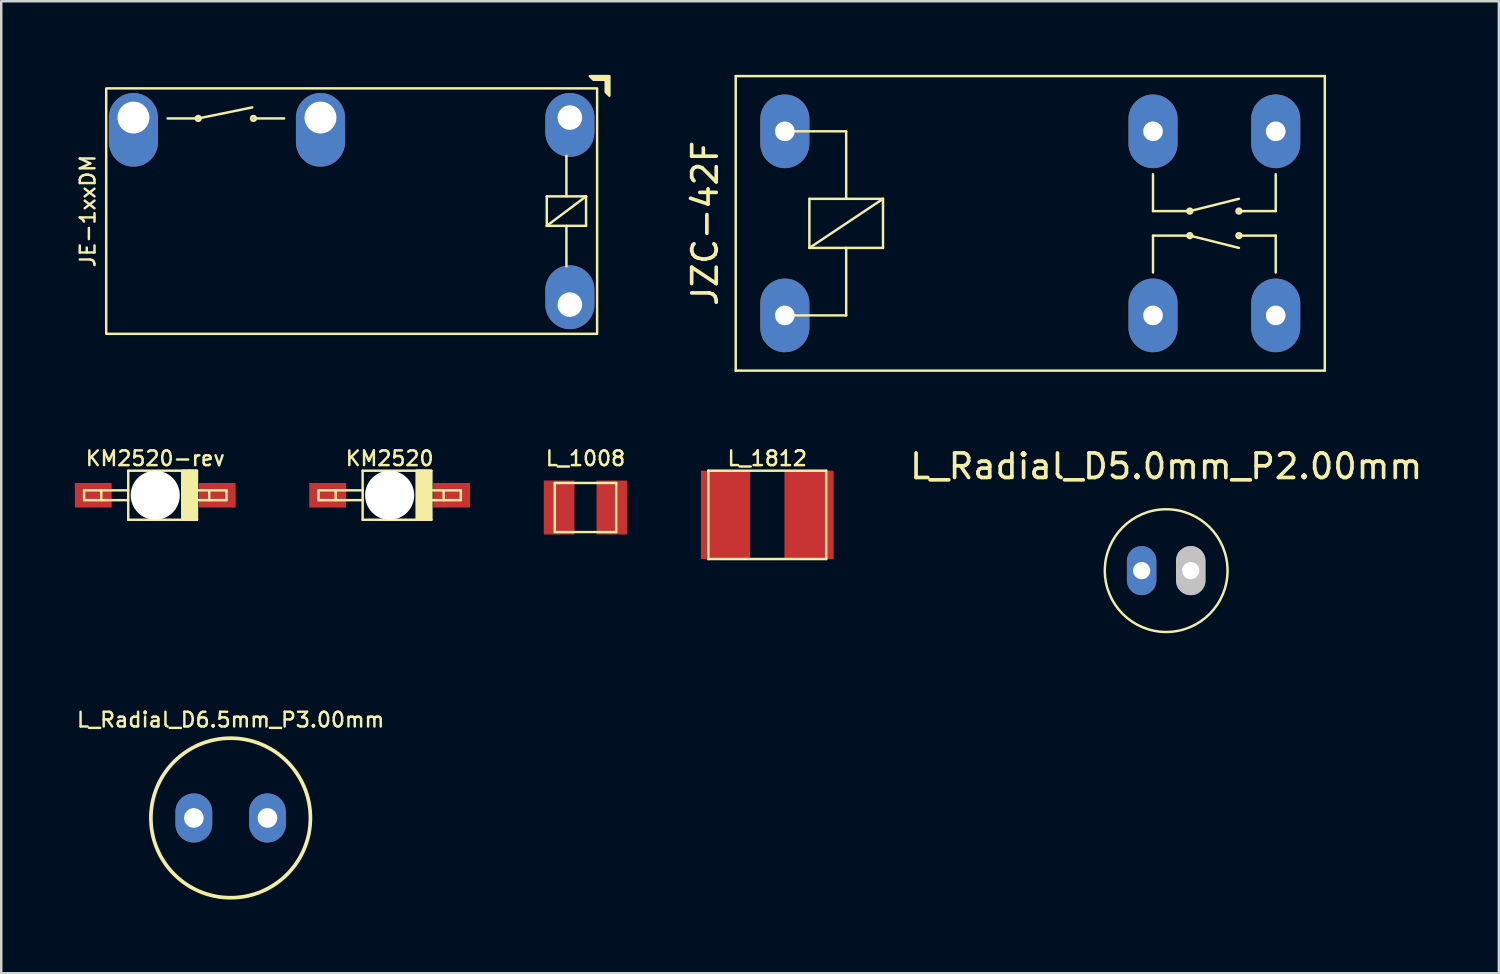
<source format=kicad_pcb>
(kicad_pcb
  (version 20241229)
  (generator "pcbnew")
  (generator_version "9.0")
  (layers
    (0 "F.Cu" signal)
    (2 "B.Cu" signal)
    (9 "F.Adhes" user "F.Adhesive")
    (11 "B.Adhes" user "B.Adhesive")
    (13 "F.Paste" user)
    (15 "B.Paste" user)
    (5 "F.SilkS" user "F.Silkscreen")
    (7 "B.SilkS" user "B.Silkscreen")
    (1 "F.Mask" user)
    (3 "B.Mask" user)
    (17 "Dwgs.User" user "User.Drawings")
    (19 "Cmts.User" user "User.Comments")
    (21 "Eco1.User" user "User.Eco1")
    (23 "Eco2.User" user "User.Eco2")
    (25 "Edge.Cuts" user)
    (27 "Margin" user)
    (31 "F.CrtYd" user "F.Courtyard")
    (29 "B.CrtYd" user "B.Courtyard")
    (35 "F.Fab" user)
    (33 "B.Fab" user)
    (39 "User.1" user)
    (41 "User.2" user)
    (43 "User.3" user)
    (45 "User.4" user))
  (footprint "JZC-42F"
    (layer "F.Cu")
    (at 38.925 6.05)
    (property "Reference" "JZC-42F" (at -13.25 0 90) (layer "F.SilkS") (effects (font (size 1 1) (thickness 0.15))))
    (attr through_hole)
    (fp_line (start -12 -6) (end 12 -6) (stroke (width 0.1) (type solid)) (layer "F.SilkS"))
    (fp_line (start -12 6) (end -12 -6) (stroke (width 0.1) (type solid)) (layer "F.SilkS"))
    (fp_line (start -9 -1) (end -9 1) (stroke (width 0.1) (type solid)) (layer "F.SilkS"))
    (fp_line (start -9 1) (end -6 -1) (stroke (width 0.1) (type solid)) (layer "F.SilkS"))
    (fp_line (start -9 1) (end -6 1) (stroke (width 0.1) (type solid)) (layer "F.SilkS"))
    (fp_line (start -7.5 -3.75) (end -10 -3.75) (stroke (width 0.1) (type solid)) (layer "F.SilkS"))
    (fp_line (start -7.5 -1) (end -7.5 -3.75) (stroke (width 0.1) (type solid)) (layer "F.SilkS"))
    (fp_line (start -7.5 1) (end -7.5 3.75) (stroke (width 0.1) (type solid)) (layer "F.SilkS"))
    (fp_line (start -7.5 3.75) (end -10 3.75) (stroke (width 0.1) (type solid)) (layer "F.SilkS"))
    (fp_line (start -6 -1) (end -9 -1) (stroke (width 0.1) (type solid)) (layer "F.SilkS"))
    (fp_line (start -6 1) (end -6 -1) (stroke (width 0.1) (type solid)) (layer "F.SilkS"))
    (fp_line (start 5 -2) (end 5 -0.5) (stroke (width 0.1) (type solid)) (layer "F.SilkS"))
    (fp_line (start 5 -0.5) (end 6.5 -0.5) (stroke (width 0.1) (type solid)) (layer "F.SilkS"))
    (fp_line (start 5 0.5) (end 6.5 0.5) (stroke (width 0.1) (type solid)) (layer "F.SilkS"))
    (fp_line (start 5 2) (end 5 0.5) (stroke (width 0.1) (type solid)) (layer "F.SilkS"))
    (fp_line (start 6.5 -0.5) (end 8.5 -1) (stroke (width 0.1) (type solid)) (layer "F.SilkS"))
    (fp_line (start 6.5 0.5) (end 8.5 1) (stroke (width 0.1) (type solid)) (layer "F.SilkS"))
    (fp_line (start 8.5 0.5) (end 10 0.5) (stroke (width 0.1) (type solid)) (layer "F.SilkS"))
    (fp_line (start 10 -2) (end 10 -0.5) (stroke (width 0.1) (type solid)) (layer "F.SilkS"))
    (fp_line (start 10 -0.5) (end 8.5 -0.5) (stroke (width 0.1) (type solid)) (layer "F.SilkS"))
    (fp_line (start 10 0.5) (end 10 2) (stroke (width 0.1) (type solid)) (layer "F.SilkS"))
    (fp_line (start 12 -6) (end 12 6) (stroke (width 0.1) (type solid)) (layer "F.SilkS"))
    (fp_line (start 12 6) (end -12 6) (stroke (width 0.1) (type solid)) (layer "F.SilkS"))
    (fp_circle (center 6.5 -0.5) (end 6.6 -0.5) (stroke (width 0.1) (type solid)) (fill no) (layer "F.SilkS"))
    (fp_circle (center 6.5 0.5) (end 6.6 0.5) (stroke (width 0.1) (type solid)) (fill no) (layer "F.SilkS"))
    (fp_circle (center 8.5 -0.5) (end 8.6 -0.5) (stroke (width 0.1) (type solid)) (fill no) (layer "F.SilkS"))
    (fp_circle (center 8.5 0.5) (end 8.6 0.5) (stroke (width 0.1) (type solid)) (fill no) (layer "F.SilkS"))
    (pad "1" thru_hole oval (at -10 -3.75) (size 2 3) (drill 0.8) (layers "*.Cu" "*.Mask"))
    (pad "2" thru_hole oval (at -10 3.75) (size 2 3) (drill 0.8) (layers "*.Cu" "*.Mask"))
    (pad "3" thru_hole oval (at 5 -3.75) (size 2 3) (drill 0.8) (layers "*.Cu" "*.Mask"))
    (pad "4" thru_hole oval (at 5 3.75) (size 2 3) (drill 0.8) (layers "*.Cu" "*.Mask"))
    (pad "5" thru_hole oval (at 10 -3.75) (size 2 3) (drill 0.8) (layers "*.Cu" "*.Mask"))
    (pad "6" thru_hole oval (at 10 3.75) (size 2 3) (drill 0.8) (layers "*.Cu" "*.Mask")))
  (footprint "L_Radial_D6.5mm_P3.00mm"
    (layer "F.Cu")
    (at 6.347 30.275)
    (property "Reference" "L_Radial_D6.5mm_P3.00mm" (at 0 -4 0) (layer "F.SilkS") (effects (font (size 0.6 0.6) (thickness 0.1))))
    (attr through_hole)
    (fp_circle (center 0 0) (end 3.25 0) (stroke (width 0.15) (type solid)) (fill no) (layer "F.SilkS"))
    (pad "1" thru_hole oval (at -1.5 0) (size 1.5 2) (drill 0.8) (layers "*.Cu" "*.Mask"))
    (pad "2" thru_hole oval (at 1.5 0) (size 1.5 2) (drill 0.8) (layers "*.Cu" "*.Mask")))
  (footprint "JE-1xxDM"
    (layer "F.Cu")
    (at 11.277 5.55)
    (property "Reference" "JE-1xxDM" (at -10.75 0 90) (layer "F.SilkS") (effects (font (size 0.6 0.6) (thickness 0.1))))
    (attr through_hole)
    (fp_line (start -7.5 -3.775) (end -6.25 -3.775) (stroke (width 0.1) (type solid)) (layer "F.SilkS"))
    (fp_line (start -6.25 -3.775) (end -4.05 -4.225) (stroke (width 0.1) (type solid)) (layer "F.SilkS"))
    (fp_line (start -4 -3.775) (end -2.75 -3.775) (stroke (width 0.1) (type solid)) (layer "F.SilkS"))
    (fp_line (start 7.95 -0.6) (end 7.95 0.6) (stroke (width 0.1) (type solid)) (layer "F.SilkS"))
    (fp_line (start 7.95 0.6) (end 9.55 0.6) (stroke (width 0.1) (type solid)) (layer "F.SilkS"))
    (fp_line (start 8.75 -0.6) (end 8.75 -2.25) (stroke (width 0.1) (type solid)) (layer "F.SilkS"))
    (fp_line (start 8.75 2.25) (end 8.75 0.6) (stroke (width 0.1) (type solid)) (layer "F.SilkS"))
    (fp_line (start 9.55 -0.6) (end 7.95 -0.6) (stroke (width 0.1) (type solid)) (layer "F.SilkS"))
    (fp_line (start 9.55 -0.6) (end 7.95 0.6) (stroke (width 0.1) (type solid)) (layer "F.SilkS"))
    (fp_line (start 9.55 0.6) (end 9.55 -0.6) (stroke (width 0.1) (type solid)) (layer "F.SilkS"))
    (fp_rect (start -10 -5) (end 10 5) (stroke (width 0.1) (type solid)) (fill no) (layer "F.SilkS"))
    (fp_circle (center -6.25 -3.775) (end -6.15 -3.775) (stroke (width 0.1) (type solid)) (fill no) (layer "F.SilkS"))
    (fp_circle (center -4 -3.775) (end -3.9 -3.775) (stroke (width 0.1) (type solid)) (fill no) (layer "F.SilkS"))
    (fp_poly (pts (xy 10.5 -5.5) (xy 10.5 -4.7) (xy 10.35 -4.85) (xy 10.35 -5.35) (xy 9.85 -5.35) (xy 9.7 -5.5)) (stroke (width 0.1) (type solid)) (fill yes) (layer "F.SilkS"))
    (pad "1" thru_hole oval (at 8.89 -3.81) (size 2 2.6) (drill 1 (offset 0 0.3)) (layers "*.Cu" "*.Mask"))
    (pad "2" thru_hole oval (at 8.89 3.81 180) (size 2 2.6) (drill 1 (offset 0 0.3)) (layers "*.Cu" "*.Mask"))
    (pad "3" thru_hole oval (at -1.27 -3.81 270) (size 3 2) (drill 1.3 (offset 0.5 0)) (layers "*.Cu" "*.Mask"))
    (pad "4" thru_hole oval (at -8.89 -3.81 270) (size 3 2) (drill 1.3 (offset 0.5 0)) (layers "*.Cu" "*.Mask")))
  (footprint "L_1812"
    (layer "F.Cu")
    (at 28.209 17.927)
    (property "Reference" "L_1812" (at 0 -2.3 0) (layer "F.SilkS") (effects (font (size 0.6 0.6) (thickness 0.1))))
    (attr smd)
    (fp_line (start -2.4 -1.8) (end 2.4 -1.8) (stroke (width 0.1) (type solid)) (layer "F.SilkS"))
    (fp_line (start -2.4 1.8) (end -2.4 -1.8) (stroke (width 0.1) (type solid)) (layer "F.SilkS"))
    (fp_line (start 2.4 -1.8) (end 2.4 1.8) (stroke (width 0.1) (type solid)) (layer "F.SilkS"))
    (fp_line (start 2.4 1.8) (end -2.4 1.8) (stroke (width 0.1) (type solid)) (layer "F.SilkS"))
    (pad "1" smd rect (at -1.7 0) (size 2 3.6) (layers "F.Cu" "F.Mask" "F.Paste"))
    (pad "2" smd rect (at 1.7 0) (size 2 3.6) (layers "F.Cu" "F.Mask" "F.Paste")))
  (footprint "KM2520"
    (layer "F.Cu")
    (at 12.825 17.127)
    (property "Reference" "KM2520" (at 0 -1.5 180) (layer "F.SilkS") (effects (font (size 0.6 0.6) (thickness 0.1))))
    (attr through_hole)
    (fp_line (start -2.9 -0.2) (end -1.1 -0.2) (stroke (width 0.1) (type solid)) (layer "F.SilkS"))
    (fp_line (start -2.9 0.2) (end -2.9 -0.2) (stroke (width 0.1) (type solid)) (layer "F.SilkS"))
    (fp_line (start -2.2 0.2) (end -2.2 -0.2) (stroke (width 0.1) (type solid)) (layer "F.SilkS"))
    (fp_line (start -1.1 0.2) (end -2.9 0.2) (stroke (width 0.1) (type solid)) (layer "F.SilkS"))
    (fp_line (start -1.1 1) (end -1.1 -1) (stroke (width 0.1) (type solid)) (layer "F.SilkS"))
    (fp_line (start -1.1 1) (end 1.4 1) (stroke (width 0.1) (type solid)) (layer "F.SilkS"))
    (fp_line (start 1.1 1) (end 1.1 -1) (stroke (width 0.1) (type solid)) (layer "F.SilkS"))
    (fp_line (start 1.15 1) (end 1.15 -1) (stroke (width 0.1) (type solid)) (layer "F.SilkS"))
    (fp_line (start 1.2 -1) (end 1.2 1) (stroke (width 0.1) (type solid)) (layer "F.SilkS"))
    (fp_line (start 1.25 -1) (end 1.25 1) (stroke (width 0.1) (type solid)) (layer "F.SilkS"))
    (fp_line (start 1.3 1) (end 1.3 -1) (stroke (width 0.1) (type solid)) (layer "F.SilkS"))
    (fp_line (start 1.35 1) (end 1.35 -1) (stroke (width 0.1) (type solid)) (layer "F.SilkS"))
    (fp_line (start 1.4 -1) (end -1.1 -1) (stroke (width 0.1) (type solid)) (layer "F.SilkS"))
    (fp_line (start 1.4 -1) (end 1.7 -1) (stroke (width 0.1) (type solid)) (layer "F.SilkS"))
    (fp_line (start 1.4 0.2) (end 2.9 0.2) (stroke (width 0.1) (type solid)) (layer "F.SilkS"))
    (fp_line (start 1.4 1) (end 1.4 -1) (stroke (width 0.1) (type solid)) (layer "F.SilkS"))
    (fp_line (start 1.45 1) (end 1.45 -1) (stroke (width 0.1) (type solid)) (layer "F.SilkS"))
    (fp_line (start 1.5 -1) (end 1.5 1) (stroke (width 0.1) (type solid)) (layer "F.SilkS"))
    (fp_line (start 1.55 -1) (end 1.55 1) (stroke (width 0.1) (type solid)) (layer "F.SilkS"))
    (fp_line (start 1.6 1) (end 1.6 -1) (stroke (width 0.1) (type solid)) (layer "F.SilkS"))
    (fp_line (start 1.65 1) (end 1.65 -1) (stroke (width 0.1) (type solid)) (layer "F.SilkS"))
    (fp_line (start 1.7 -1) (end 1.7 1) (stroke (width 0.1) (type solid)) (layer "F.SilkS"))
    (fp_line (start 1.7 1) (end 1.4 1) (stroke (width 0.1) (type solid)) (layer "F.SilkS"))
    (fp_line (start 2.2 0.2) (end 2.2 -0.2) (stroke (width 0.1) (type solid)) (layer "F.SilkS"))
    (fp_line (start 2.9 -0.2) (end 1.4 -0.2) (stroke (width 0.1) (type solid)) (layer "F.SilkS"))
    (fp_line (start 2.9 0.2) (end 2.9 -0.2) (stroke (width 0.1) (type solid)) (layer "F.SilkS"))
    (pad "" np_thru_hole circle (at 0 0 180) (size 2 2) (drill 2) (layers "*.Cu" "*.Mask"))
    (pad "1" smd rect (at -2.525 0 180) (size 1.5 1) (layers "F.Cu" "F.Mask" "F.Paste"))
    (pad "2" smd rect (at 2.525 0 180) (size 1.5 1) (layers "F.Cu" "F.Mask" "F.Paste")))
  (footprint "KM2520-rev"
    (layer "F.Cu")
    (at 3.275 17.127)
    (property "Reference" "KM2520-rev" (at 0 -1.5 180) (layer "F.SilkS") (effects (font (size 0.6 0.6) (thickness 0.1))))
    (attr through_hole)
    (fp_line (start -2.9 -0.2) (end -1.1 -0.2) (stroke (width 0.1) (type solid)) (layer "F.SilkS"))
    (fp_line (start -2.9 0.2) (end -2.9 -0.2) (stroke (width 0.1) (type solid)) (layer "F.SilkS"))
    (fp_line (start -2.2 0.2) (end -2.2 -0.2) (stroke (width 0.1) (type solid)) (layer "F.SilkS"))
    (fp_line (start -1.1 0.2) (end -2.9 0.2) (stroke (width 0.1) (type solid)) (layer "F.SilkS"))
    (fp_line (start -1.1 1) (end -1.1 -1) (stroke (width 0.1) (type solid)) (layer "F.SilkS"))
    (fp_line (start -1.1 1) (end 1.4 1) (stroke (width 0.1) (type solid)) (layer "F.SilkS"))
    (fp_line (start 1.1 1) (end 1.1 -1) (stroke (width 0.1) (type solid)) (layer "F.SilkS"))
    (fp_line (start 1.15 1) (end 1.15 -1) (stroke (width 0.1) (type solid)) (layer "F.SilkS"))
    (fp_line (start 1.2 -1) (end 1.2 1) (stroke (width 0.1) (type solid)) (layer "F.SilkS"))
    (fp_line (start 1.25 -1) (end 1.25 1) (stroke (width 0.1) (type solid)) (layer "F.SilkS"))
    (fp_line (start 1.3 1) (end 1.3 -1) (stroke (width 0.1) (type solid)) (layer "F.SilkS"))
    (fp_line (start 1.35 1) (end 1.35 -1) (stroke (width 0.1) (type solid)) (layer "F.SilkS"))
    (fp_line (start 1.4 -1) (end -1.1 -1) (stroke (width 0.1) (type solid)) (layer "F.SilkS"))
    (fp_line (start 1.4 -1) (end 1.7 -1) (stroke (width 0.1) (type solid)) (layer "F.SilkS"))
    (fp_line (start 1.4 0.2) (end 2.9 0.2) (stroke (width 0.1) (type solid)) (layer "F.SilkS"))
    (fp_line (start 1.4 1) (end 1.4 -1) (stroke (width 0.1) (type solid)) (layer "F.SilkS"))
    (fp_line (start 1.4 1) (end 1.7 1) (stroke (width 0.1) (type solid)) (layer "F.SilkS"))
    (fp_line (start 1.45 1) (end 1.45 -1) (stroke (width 0.1) (type solid)) (layer "F.SilkS"))
    (fp_line (start 1.5 -1) (end 1.5 1) (stroke (width 0.1) (type solid)) (layer "F.SilkS"))
    (fp_line (start 1.55 -1) (end 1.55 1) (stroke (width 0.1) (type solid)) (layer "F.SilkS"))
    (fp_line (start 1.6 1) (end 1.6 -1) (stroke (width 0.1) (type solid)) (layer "F.SilkS"))
    (fp_line (start 1.65 1) (end 1.65 -1) (stroke (width 0.1) (type solid)) (layer "F.SilkS"))
    (fp_line (start 1.7 -1) (end 1.7 1) (stroke (width 0.1) (type solid)) (layer "F.SilkS"))
    (fp_line (start 2.2 0.2) (end 2.2 -0.2) (stroke (width 0.1) (type solid)) (layer "F.SilkS"))
    (fp_line (start 2.9 -0.2) (end 1.4 -0.2) (stroke (width 0.1) (type solid)) (layer "F.SilkS"))
    (fp_line (start 2.9 0.2) (end 2.9 -0.2) (stroke (width 0.1) (type solid)) (layer "F.SilkS"))
    (pad "" np_thru_hole circle (at 0 0 180) (size 2 2) (drill 2) (layers "*.Cu" "*.Mask"))
    (pad "1" smd rect (at 2.525 0 180) (size 1.5 1) (layers "F.Cu" "F.Mask" "F.Paste"))
    (pad "2" smd rect (at -2.525 0 180) (size 1.5 1) (layers "F.Cu" "F.Mask" "F.Paste")))
  (footprint "L_1008"
    (layer "F.Cu")
    (at 20.804 17.627)
    (property "Reference" "L_1008" (at 0 -2 0) (layer "F.SilkS") (effects (font (size 0.6 0.6) (thickness 0.1) (bold yes))))
    (attr smd)
    (fp_line (start -1.25 -1) (end 1.25 -1) (stroke (width 0.1) (type solid)) (layer "F.SilkS"))
    (fp_line (start -1.25 1) (end -1.25 -1) (stroke (width 0.1) (type solid)) (layer "F.SilkS"))
    (fp_line (start 1.25 -1) (end 1.25 1) (stroke (width 0.1) (type solid)) (layer "F.SilkS"))
    (fp_line (start 1.25 1) (end -1.25 1) (stroke (width 0.1) (type solid)) (layer "F.SilkS"))
    (pad "1" smd rect (at -1.075 0) (size 1.25 2.2) (layers "F.Cu" "F.Mask" "F.Paste"))
    (pad "2" smd rect (at 1.075 0) (size 1.25 2.2) (layers "F.Cu" "F.Mask" "F.Paste")))
  (footprint "L_Radial_D5.0mm_P2.00mm"
    (layer "F.Cu")
    (at 44.462 20.198)
    (property "Reference" "L_Radial_D5.0mm_P2.00mm" (at 0 -4.25 0) (layer "F.SilkS") (effects (font (size 1 1) (thickness 0.15))))
    (attr through_hole)
    (fp_circle (center 0 0) (end 2.5 0) (stroke (width 0.1) (type solid)) (fill no) (layer "F.SilkS"))
    (pad "1" thru_hole oval (at -1 0) (size 1.2 2) (drill 0.7) (layers "*.Cu" "*.Mask"))
    (pad "2" thru_hole oval (at 1 0) (size 1.2 2) (drill 0.7) (layers "*.Cu" "*.Mask" "Dwgs.User")))
  (gr_rect
    (start -3 -3)
    (end 58.016 36.6)
    (stroke (width 0.1) (type default))
    (fill no)
    (layer "Edge.Cuts")))
</source>
